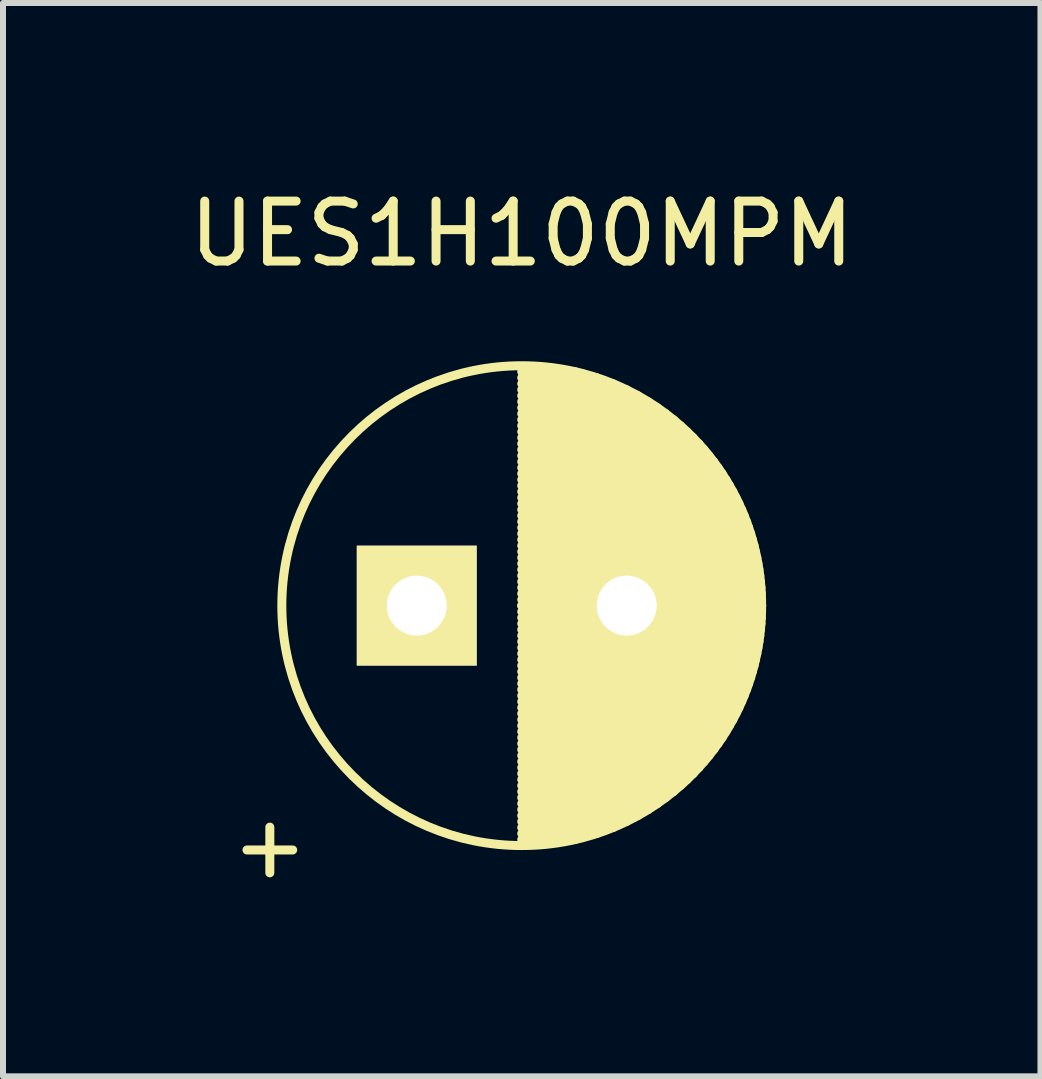
<source format=kicad_pcb>
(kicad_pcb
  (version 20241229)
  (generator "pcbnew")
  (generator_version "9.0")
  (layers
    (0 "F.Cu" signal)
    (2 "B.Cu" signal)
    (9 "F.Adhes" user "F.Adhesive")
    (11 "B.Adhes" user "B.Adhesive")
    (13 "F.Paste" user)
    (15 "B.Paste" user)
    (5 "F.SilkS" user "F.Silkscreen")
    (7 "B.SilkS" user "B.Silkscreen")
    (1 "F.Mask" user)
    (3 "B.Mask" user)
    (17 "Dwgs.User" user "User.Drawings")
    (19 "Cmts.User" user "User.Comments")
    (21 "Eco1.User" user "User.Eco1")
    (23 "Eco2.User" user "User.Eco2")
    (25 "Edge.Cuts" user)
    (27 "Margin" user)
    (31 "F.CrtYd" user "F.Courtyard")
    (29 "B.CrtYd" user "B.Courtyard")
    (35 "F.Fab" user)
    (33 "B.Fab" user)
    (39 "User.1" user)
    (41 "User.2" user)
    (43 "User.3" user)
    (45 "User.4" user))
  (footprint "UES1H100MPM"
    (layer "F.Cu")
    (at 3.899 7.048)
    (property "Reference" "UES1H100MPM" (at 1.75 -6.2 0) (layer "F.SilkS") (effects (font (size 1 1) (thickness 0.15))))
    (attr through_hole)
    (fp_line (start 1.75 -3.9) (end 2.639 -3.9) (stroke (width 0.15) (type solid)) (layer "F.SilkS"))
    (fp_line (start 1.75 -3.8) (end 2.999 -3.8) (stroke (width 0.15) (type solid)) (layer "F.SilkS"))
    (fp_line (start 1.75 -3.7) (end 3.27 -3.7) (stroke (width 0.15) (type solid)) (layer "F.SilkS"))
    (fp_line (start 1.75 -3.6) (end 3.494 -3.6) (stroke (width 0.15) (type solid)) (layer "F.SilkS"))
    (fp_line (start 1.75 -3.5) (end 3.686 -3.5) (stroke (width 0.15) (type solid)) (layer "F.SilkS"))
    (fp_line (start 1.75 -3.4) (end 3.857 -3.4) (stroke (width 0.15) (type solid)) (layer "F.SilkS"))
    (fp_line (start 1.75 -3.3) (end 4.011 -3.3) (stroke (width 0.15) (type solid)) (layer "F.SilkS"))
    (fp_line (start 1.75 -3.2) (end 4.15 -3.2) (stroke (width 0.15) (type solid)) (layer "F.SilkS"))
    (fp_line (start 1.75 -3.1) (end 4.278 -3.1) (stroke (width 0.15) (type solid)) (layer "F.SilkS"))
    (fp_line (start 1.75 -3) (end 4.396 -3) (stroke (width 0.15) (type solid)) (layer "F.SilkS"))
    (fp_line (start 1.75 -2.9) (end 4.505 -2.9) (stroke (width 0.15) (type solid)) (layer "F.SilkS"))
    (fp_line (start 1.75 -2.8) (end 4.607 -2.8) (stroke (width 0.15) (type solid)) (layer "F.SilkS"))
    (fp_line (start 1.75 -2.7) (end 4.701 -2.7) (stroke (width 0.15) (type solid)) (layer "F.SilkS"))
    (fp_line (start 1.75 -2.6) (end 4.79 -2.6) (stroke (width 0.15) (type solid)) (layer "F.SilkS"))
    (fp_line (start 1.75 -2.5) (end 4.872 -2.5) (stroke (width 0.15) (type solid)) (layer "F.SilkS"))
    (fp_line (start 1.75 -2.4) (end 4.95 -2.4) (stroke (width 0.15) (type solid)) (layer "F.SilkS"))
    (fp_line (start 1.75 -2.3) (end 5.023 -2.3) (stroke (width 0.15) (type solid)) (layer "F.SilkS"))
    (fp_line (start 1.75 -2.2) (end 5.091 -2.2) (stroke (width 0.15) (type solid)) (layer "F.SilkS"))
    (fp_line (start 1.75 -2.1) (end 5.154 -2.1) (stroke (width 0.15) (type solid)) (layer "F.SilkS"))
    (fp_line (start 1.75 -2) (end 5.214 -2) (stroke (width 0.15) (type solid)) (layer "F.SilkS"))
    (fp_line (start 1.75 -1.9) (end 5.27 -1.9) (stroke (width 0.15) (type solid)) (layer "F.SilkS"))
    (fp_line (start 1.75 -1.8) (end 5.322 -1.8) (stroke (width 0.15) (type solid)) (layer "F.SilkS"))
    (fp_line (start 1.75 -1.7) (end 5.371 -1.7) (stroke (width 0.15) (type solid)) (layer "F.SilkS"))
    (fp_line (start 1.75 -1.6) (end 5.416 -1.6) (stroke (width 0.15) (type solid)) (layer "F.SilkS"))
    (fp_line (start 1.75 -1.5) (end 5.458 -1.5) (stroke (width 0.15) (type solid)) (layer "F.SilkS"))
    (fp_line (start 1.75 -1.4) (end 5.497 -1.4) (stroke (width 0.15) (type solid)) (layer "F.SilkS"))
    (fp_line (start 1.75 -1.3) (end 5.533 -1.3) (stroke (width 0.15) (type solid)) (layer "F.SilkS"))
    (fp_line (start 1.75 -1.2) (end 5.566 -1.2) (stroke (width 0.15) (type solid)) (layer "F.SilkS"))
    (fp_line (start 1.75 -1.1) (end 5.596 -1.1) (stroke (width 0.15) (type solid)) (layer "F.SilkS"))
    (fp_line (start 1.75 -1) (end 5.623 -1) (stroke (width 0.15) (type solid)) (layer "F.SilkS"))
    (fp_line (start 1.75 -0.9) (end 5.647 -0.9) (stroke (width 0.15) (type solid)) (layer "F.SilkS"))
    (fp_line (start 1.75 -0.8) (end 5.669 -0.8) (stroke (width 0.15) (type solid)) (layer "F.SilkS"))
    (fp_line (start 1.75 -0.7) (end 5.688 -0.7) (stroke (width 0.15) (type solid)) (layer "F.SilkS"))
    (fp_line (start 1.75 -0.6) (end 5.705 -0.6) (stroke (width 0.15) (type solid)) (layer "F.SilkS"))
    (fp_line (start 1.75 -0.5) (end 5.719 -0.5) (stroke (width 0.15) (type solid)) (layer "F.SilkS"))
    (fp_line (start 1.75 -0.4) (end 5.73 -0.4) (stroke (width 0.15) (type solid)) (layer "F.SilkS"))
    (fp_line (start 1.75 -0.3) (end 5.739 -0.3) (stroke (width 0.15) (type solid)) (layer "F.SilkS"))
    (fp_line (start 1.75 -0.2) (end 5.745 -0.2) (stroke (width 0.15) (type solid)) (layer "F.SilkS"))
    (fp_line (start 1.75 -0.1) (end 5.749 -0.1) (stroke (width 0.15) (type solid)) (layer "F.SilkS"))
    (fp_line (start 1.75 0) (end 5.75 0) (stroke (width 0.15) (type solid)) (layer "F.SilkS"))
    (fp_line (start 1.75 0) (end 5.75 0) (stroke (width 0.15) (type solid)) (layer "F.SilkS"))
    (fp_line (start 1.75 0.1) (end 5.749 0.1) (stroke (width 0.15) (type solid)) (layer "F.SilkS"))
    (fp_line (start 1.75 0.2) (end 5.745 0.2) (stroke (width 0.15) (type solid)) (layer "F.SilkS"))
    (fp_line (start 1.75 0.3) (end 5.739 0.3) (stroke (width 0.15) (type solid)) (layer "F.SilkS"))
    (fp_line (start 1.75 0.4) (end 5.73 0.4) (stroke (width 0.15) (type solid)) (layer "F.SilkS"))
    (fp_line (start 1.75 0.5) (end 5.719 0.5) (stroke (width 0.15) (type solid)) (layer "F.SilkS"))
    (fp_line (start 1.75 0.6) (end 5.705 0.6) (stroke (width 0.15) (type solid)) (layer "F.SilkS"))
    (fp_line (start 1.75 0.7) (end 5.688 0.7) (stroke (width 0.15) (type solid)) (layer "F.SilkS"))
    (fp_line (start 1.75 0.8) (end 5.669 0.8) (stroke (width 0.15) (type solid)) (layer "F.SilkS"))
    (fp_line (start 1.75 0.9) (end 5.647 0.9) (stroke (width 0.15) (type solid)) (layer "F.SilkS"))
    (fp_line (start 1.75 1) (end 5.623 1) (stroke (width 0.15) (type solid)) (layer "F.SilkS"))
    (fp_line (start 1.75 1.1) (end 5.596 1.1) (stroke (width 0.15) (type solid)) (layer "F.SilkS"))
    (fp_line (start 1.75 1.2) (end 5.566 1.2) (stroke (width 0.15) (type solid)) (layer "F.SilkS"))
    (fp_line (start 1.75 1.3) (end 5.533 1.3) (stroke (width 0.15) (type solid)) (layer "F.SilkS"))
    (fp_line (start 1.75 1.4) (end 5.497 1.4) (stroke (width 0.15) (type solid)) (layer "F.SilkS"))
    (fp_line (start 1.75 1.5) (end 5.458 1.5) (stroke (width 0.15) (type solid)) (layer "F.SilkS"))
    (fp_line (start 1.75 1.6) (end 5.416 1.6) (stroke (width 0.15) (type solid)) (layer "F.SilkS"))
    (fp_line (start 1.75 1.7) (end 5.371 1.7) (stroke (width 0.15) (type solid)) (layer "F.SilkS"))
    (fp_line (start 1.75 1.8) (end 5.322 1.8) (stroke (width 0.15) (type solid)) (layer "F.SilkS"))
    (fp_line (start 1.75 1.9) (end 5.27 1.9) (stroke (width 0.15) (type solid)) (layer "F.SilkS"))
    (fp_line (start 1.75 2) (end 5.214 2) (stroke (width 0.15) (type solid)) (layer "F.SilkS"))
    (fp_line (start 1.75 2.1) (end 5.154 2.1) (stroke (width 0.15) (type solid)) (layer "F.SilkS"))
    (fp_line (start 1.75 2.2) (end 5.091 2.2) (stroke (width 0.15) (type solid)) (layer "F.SilkS"))
    (fp_line (start 1.75 2.3) (end 5.023 2.3) (stroke (width 0.15) (type solid)) (layer "F.SilkS"))
    (fp_line (start 1.75 2.4) (end 4.95 2.4) (stroke (width 0.15) (type solid)) (layer "F.SilkS"))
    (fp_line (start 1.75 2.5) (end 4.872 2.5) (stroke (width 0.15) (type solid)) (layer "F.SilkS"))
    (fp_line (start 1.75 2.6) (end 4.79 2.6) (stroke (width 0.15) (type solid)) (layer "F.SilkS"))
    (fp_line (start 1.75 2.7) (end 4.701 2.7) (stroke (width 0.15) (type solid)) (layer "F.SilkS"))
    (fp_line (start 1.75 2.8) (end 4.607 2.8) (stroke (width 0.15) (type solid)) (layer "F.SilkS"))
    (fp_line (start 1.75 2.9) (end 4.505 2.9) (stroke (width 0.15) (type solid)) (layer "F.SilkS"))
    (fp_line (start 1.75 3) (end 4.396 3) (stroke (width 0.15) (type solid)) (layer "F.SilkS"))
    (fp_line (start 1.75 3.1) (end 4.278 3.1) (stroke (width 0.15) (type solid)) (layer "F.SilkS"))
    (fp_line (start 1.75 3.2) (end 4.15 3.2) (stroke (width 0.15) (type solid)) (layer "F.SilkS"))
    (fp_line (start 1.75 3.3) (end 4.011 3.3) (stroke (width 0.15) (type solid)) (layer "F.SilkS"))
    (fp_line (start 1.75 3.4) (end 3.857 3.4) (stroke (width 0.15) (type solid)) (layer "F.SilkS"))
    (fp_line (start 1.75 3.5) (end 3.686 3.5) (stroke (width 0.15) (type solid)) (layer "F.SilkS"))
    (fp_line (start 1.75 3.6) (end 3.494 3.6) (stroke (width 0.15) (type solid)) (layer "F.SilkS"))
    (fp_line (start 1.75 3.7) (end 3.27 3.7) (stroke (width 0.15) (type solid)) (layer "F.SilkS"))
    (fp_line (start 1.75 3.8) (end 2.999 3.8) (stroke (width 0.15) (type solid)) (layer "F.SilkS"))
    (fp_line (start 1.75 3.9) (end 2.639 3.9) (stroke (width 0.15) (type solid)) (layer "F.SilkS"))
    (fp_circle (center 1.75 0) (end 1.75 -4) (stroke (width 0.15) (type solid)) (fill no) (layer "F.SilkS"))
    (fp_text user "+" (at -2.45 4 0) (layer "F.SilkS") (effects (font (size 1 1) (thickness 0.15))))
    (pad "1" thru_hole rect (at 0 0) (size 2 2) (drill 1) (layers "*.Cu" "*.Mask" "F.SilkS"))
    (pad "2" thru_hole circle (at 3.5 0) (size 2 2) (drill 1) (layers "*.Cu" "*.Mask" "F.SilkS")))
  (gr_rect
    (start -3 -3)
    (end 14.298 14.896)
    (stroke (width 0.1) (type default))
    (fill no)
    (layer "Edge.Cuts")))
</source>
